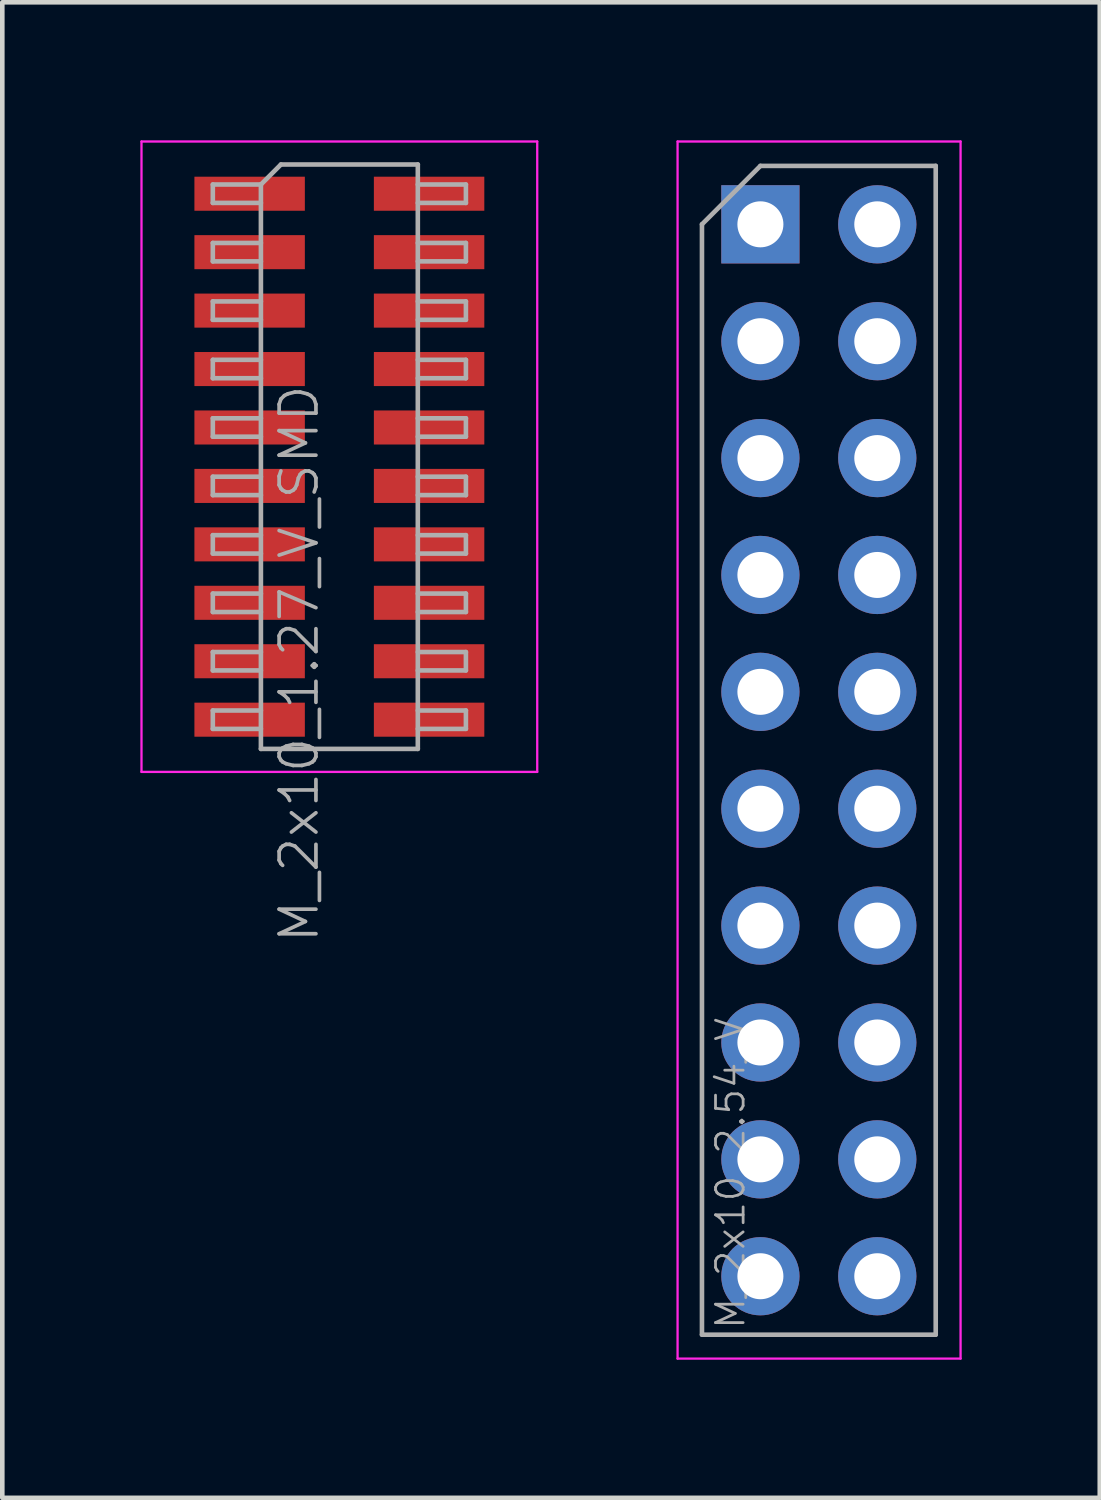
<source format=kicad_pcb>
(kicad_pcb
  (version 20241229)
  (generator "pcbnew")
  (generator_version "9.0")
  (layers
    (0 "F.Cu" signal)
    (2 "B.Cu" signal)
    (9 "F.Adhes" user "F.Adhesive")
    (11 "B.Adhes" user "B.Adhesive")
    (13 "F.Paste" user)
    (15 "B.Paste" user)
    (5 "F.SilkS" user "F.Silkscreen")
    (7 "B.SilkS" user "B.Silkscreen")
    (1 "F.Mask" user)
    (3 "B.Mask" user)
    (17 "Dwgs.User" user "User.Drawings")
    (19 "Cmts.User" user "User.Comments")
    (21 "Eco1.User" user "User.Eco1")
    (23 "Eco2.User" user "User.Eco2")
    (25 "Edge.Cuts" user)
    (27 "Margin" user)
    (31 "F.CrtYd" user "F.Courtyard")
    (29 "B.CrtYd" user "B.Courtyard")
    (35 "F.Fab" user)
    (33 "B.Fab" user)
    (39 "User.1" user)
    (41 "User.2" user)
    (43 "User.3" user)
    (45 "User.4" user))
  (footprint "M_2x10_1.27_V_SMD"
    (layer "F.Cu")
    (at 4.325 6.875)
    (property "Reference" "M_2x10_1.27_V_SMD" (at -0.875 4.5 90) (unlocked yes) (layer "F.Fab") (effects (font (size 0.8 0.8) (thickness 0.08))))
    (attr smd)
    (fp_line (start -4.3 -6.85) (end -4.3 6.85) (stroke (width 0.05) (type solid)) (layer "F.CrtYd"))
    (fp_line (start -4.3 6.85) (end 4.3 6.85) (stroke (width 0.05) (type solid)) (layer "F.CrtYd"))
    (fp_line (start 4.3 -6.85) (end -4.3 -6.85) (stroke (width 0.05) (type solid)) (layer "F.CrtYd"))
    (fp_line (start 4.3 6.85) (end 4.3 -6.85) (stroke (width 0.05) (type solid)) (layer "F.CrtYd"))
    (fp_line (start -2.75 -5.915) (end -2.75 -5.515) (stroke (width 0.1) (type solid)) (layer "F.Fab"))
    (fp_line (start -2.75 -5.515) (end -1.705 -5.515) (stroke (width 0.1) (type solid)) (layer "F.Fab"))
    (fp_line (start -2.75 -4.645) (end -2.75 -4.245) (stroke (width 0.1) (type solid)) (layer "F.Fab"))
    (fp_line (start -2.75 -4.245) (end -1.705 -4.245) (stroke (width 0.1) (type solid)) (layer "F.Fab"))
    (fp_line (start -2.75 -3.375) (end -2.75 -2.975) (stroke (width 0.1) (type solid)) (layer "F.Fab"))
    (fp_line (start -2.75 -2.975) (end -1.705 -2.975) (stroke (width 0.1) (type solid)) (layer "F.Fab"))
    (fp_line (start -2.75 -2.105) (end -2.75 -1.705) (stroke (width 0.1) (type solid)) (layer "F.Fab"))
    (fp_line (start -2.75 -1.705) (end -1.705 -1.705) (stroke (width 0.1) (type solid)) (layer "F.Fab"))
    (fp_line (start -2.75 -0.835) (end -2.75 -0.435) (stroke (width 0.1) (type solid)) (layer "F.Fab"))
    (fp_line (start -2.75 -0.435) (end -1.705 -0.435) (stroke (width 0.1) (type solid)) (layer "F.Fab"))
    (fp_line (start -2.75 0.435) (end -2.75 0.835) (stroke (width 0.1) (type solid)) (layer "F.Fab"))
    (fp_line (start -2.75 0.835) (end -1.705 0.835) (stroke (width 0.1) (type solid)) (layer "F.Fab"))
    (fp_line (start -2.75 1.705) (end -2.75 2.105) (stroke (width 0.1) (type solid)) (layer "F.Fab"))
    (fp_line (start -2.75 2.105) (end -1.705 2.105) (stroke (width 0.1) (type solid)) (layer "F.Fab"))
    (fp_line (start -2.75 2.975) (end -2.75 3.375) (stroke (width 0.1) (type solid)) (layer "F.Fab"))
    (fp_line (start -2.75 3.375) (end -1.705 3.375) (stroke (width 0.1) (type solid)) (layer "F.Fab"))
    (fp_line (start -2.75 4.245) (end -2.75 4.645) (stroke (width 0.1) (type solid)) (layer "F.Fab"))
    (fp_line (start -2.75 4.645) (end -1.705 4.645) (stroke (width 0.1) (type solid)) (layer "F.Fab"))
    (fp_line (start -2.75 5.515) (end -2.75 5.915) (stroke (width 0.1) (type solid)) (layer "F.Fab"))
    (fp_line (start -2.75 5.915) (end -1.705 5.915) (stroke (width 0.1) (type solid)) (layer "F.Fab"))
    (fp_line (start -1.705 -5.915) (end -2.75 -5.915) (stroke (width 0.1) (type solid)) (layer "F.Fab"))
    (fp_line (start -1.705 -5.915) (end -1.27 -6.35) (stroke (width 0.1) (type solid)) (layer "F.Fab"))
    (fp_line (start -1.705 -4.645) (end -2.75 -4.645) (stroke (width 0.1) (type solid)) (layer "F.Fab"))
    (fp_line (start -1.705 -3.375) (end -2.75 -3.375) (stroke (width 0.1) (type solid)) (layer "F.Fab"))
    (fp_line (start -1.705 -2.105) (end -2.75 -2.105) (stroke (width 0.1) (type solid)) (layer "F.Fab"))
    (fp_line (start -1.705 -0.835) (end -2.75 -0.835) (stroke (width 0.1) (type solid)) (layer "F.Fab"))
    (fp_line (start -1.705 0.435) (end -2.75 0.435) (stroke (width 0.1) (type solid)) (layer "F.Fab"))
    (fp_line (start -1.705 1.705) (end -2.75 1.705) (stroke (width 0.1) (type solid)) (layer "F.Fab"))
    (fp_line (start -1.705 2.975) (end -2.75 2.975) (stroke (width 0.1) (type solid)) (layer "F.Fab"))
    (fp_line (start -1.705 4.245) (end -2.75 4.245) (stroke (width 0.1) (type solid)) (layer "F.Fab"))
    (fp_line (start -1.705 5.515) (end -2.75 5.515) (stroke (width 0.1) (type solid)) (layer "F.Fab"))
    (fp_line (start -1.705 6.35) (end -1.705 -5.915) (stroke (width 0.1) (type solid)) (layer "F.Fab"))
    (fp_line (start -1.27 -6.35) (end 1.705 -6.35) (stroke (width 0.1) (type solid)) (layer "F.Fab"))
    (fp_line (start 1.705 -6.35) (end 1.705 6.35) (stroke (width 0.1) (type solid)) (layer "F.Fab"))
    (fp_line (start 1.705 -5.915) (end 2.75 -5.915) (stroke (width 0.1) (type solid)) (layer "F.Fab"))
    (fp_line (start 1.705 -4.645) (end 2.75 -4.645) (stroke (width 0.1) (type solid)) (layer "F.Fab"))
    (fp_line (start 1.705 -3.375) (end 2.75 -3.375) (stroke (width 0.1) (type solid)) (layer "F.Fab"))
    (fp_line (start 1.705 -2.105) (end 2.75 -2.105) (stroke (width 0.1) (type solid)) (layer "F.Fab"))
    (fp_line (start 1.705 -0.835) (end 2.75 -0.835) (stroke (width 0.1) (type solid)) (layer "F.Fab"))
    (fp_line (start 1.705 0.435) (end 2.75 0.435) (stroke (width 0.1) (type solid)) (layer "F.Fab"))
    (fp_line (start 1.705 1.705) (end 2.75 1.705) (stroke (width 0.1) (type solid)) (layer "F.Fab"))
    (fp_line (start 1.705 2.975) (end 2.75 2.975) (stroke (width 0.1) (type solid)) (layer "F.Fab"))
    (fp_line (start 1.705 4.245) (end 2.75 4.245) (stroke (width 0.1) (type solid)) (layer "F.Fab"))
    (fp_line (start 1.705 5.515) (end 2.75 5.515) (stroke (width 0.1) (type solid)) (layer "F.Fab"))
    (fp_line (start 1.705 6.35) (end -1.705 6.35) (stroke (width 0.1) (type solid)) (layer "F.Fab"))
    (fp_line (start 2.75 -5.915) (end 2.75 -5.515) (stroke (width 0.1) (type solid)) (layer "F.Fab"))
    (fp_line (start 2.75 -5.515) (end 1.705 -5.515) (stroke (width 0.1) (type solid)) (layer "F.Fab"))
    (fp_line (start 2.75 -4.645) (end 2.75 -4.245) (stroke (width 0.1) (type solid)) (layer "F.Fab"))
    (fp_line (start 2.75 -4.245) (end 1.705 -4.245) (stroke (width 0.1) (type solid)) (layer "F.Fab"))
    (fp_line (start 2.75 -3.375) (end 2.75 -2.975) (stroke (width 0.1) (type solid)) (layer "F.Fab"))
    (fp_line (start 2.75 -2.975) (end 1.705 -2.975) (stroke (width 0.1) (type solid)) (layer "F.Fab"))
    (fp_line (start 2.75 -2.105) (end 2.75 -1.705) (stroke (width 0.1) (type solid)) (layer "F.Fab"))
    (fp_line (start 2.75 -1.705) (end 1.705 -1.705) (stroke (width 0.1) (type solid)) (layer "F.Fab"))
    (fp_line (start 2.75 -0.835) (end 2.75 -0.435) (stroke (width 0.1) (type solid)) (layer "F.Fab"))
    (fp_line (start 2.75 -0.435) (end 1.705 -0.435) (stroke (width 0.1) (type solid)) (layer "F.Fab"))
    (fp_line (start 2.75 0.435) (end 2.75 0.835) (stroke (width 0.1) (type solid)) (layer "F.Fab"))
    (fp_line (start 2.75 0.835) (end 1.705 0.835) (stroke (width 0.1) (type solid)) (layer "F.Fab"))
    (fp_line (start 2.75 1.705) (end 2.75 2.105) (stroke (width 0.1) (type solid)) (layer "F.Fab"))
    (fp_line (start 2.75 2.105) (end 1.705 2.105) (stroke (width 0.1) (type solid)) (layer "F.Fab"))
    (fp_line (start 2.75 2.975) (end 2.75 3.375) (stroke (width 0.1) (type solid)) (layer "F.Fab"))
    (fp_line (start 2.75 3.375) (end 1.705 3.375) (stroke (width 0.1) (type solid)) (layer "F.Fab"))
    (fp_line (start 2.75 4.245) (end 2.75 4.645) (stroke (width 0.1) (type solid)) (layer "F.Fab"))
    (fp_line (start 2.75 4.645) (end 1.705 4.645) (stroke (width 0.1) (type solid)) (layer "F.Fab"))
    (fp_line (start 2.75 5.515) (end 2.75 5.915) (stroke (width 0.1) (type solid)) (layer "F.Fab"))
    (fp_line (start 2.75 5.915) (end 1.705 5.915) (stroke (width 0.1) (type solid)) (layer "F.Fab"))
    (pad "1" smd rect (at -1.95 -5.715) (size 2.4 0.74) (layers "F.Cu" "F.Mask" "F.Paste"))
    (pad "2" smd rect (at 1.95 -5.715) (size 2.4 0.74) (layers "F.Cu" "F.Mask" "F.Paste"))
    (pad "3" smd rect (at -1.95 -4.445) (size 2.4 0.74) (layers "F.Cu" "F.Mask" "F.Paste"))
    (pad "4" smd rect (at 1.95 -4.445) (size 2.4 0.74) (layers "F.Cu" "F.Mask" "F.Paste"))
    (pad "5" smd rect (at -1.95 -3.175) (size 2.4 0.74) (layers "F.Cu" "F.Mask" "F.Paste"))
    (pad "6" smd rect (at 1.95 -3.175) (size 2.4 0.74) (layers "F.Cu" "F.Mask" "F.Paste"))
    (pad "7" smd rect (at -1.95 -1.905) (size 2.4 0.74) (layers "F.Cu" "F.Mask" "F.Paste"))
    (pad "8" smd rect (at 1.95 -1.905) (size 2.4 0.74) (layers "F.Cu" "F.Mask" "F.Paste"))
    (pad "9" smd rect (at -1.95 -0.635) (size 2.4 0.74) (layers "F.Cu" "F.Mask" "F.Paste"))
    (pad "10" smd rect (at 1.95 -0.635) (size 2.4 0.74) (layers "F.Cu" "F.Mask" "F.Paste"))
    (pad "11" smd rect (at -1.95 0.635) (size 2.4 0.74) (layers "F.Cu" "F.Mask" "F.Paste"))
    (pad "12" smd rect (at 1.95 0.635) (size 2.4 0.74) (layers "F.Cu" "F.Mask" "F.Paste"))
    (pad "13" smd rect (at -1.95 1.905) (size 2.4 0.74) (layers "F.Cu" "F.Mask" "F.Paste"))
    (pad "14" smd rect (at 1.95 1.905) (size 2.4 0.74) (layers "F.Cu" "F.Mask" "F.Paste"))
    (pad "15" smd rect (at -1.95 3.175) (size 2.4 0.74) (layers "F.Cu" "F.Mask" "F.Paste"))
    (pad "16" smd rect (at 1.95 3.175) (size 2.4 0.74) (layers "F.Cu" "F.Mask" "F.Paste"))
    (pad "17" smd rect (at -1.95 4.445) (size 2.4 0.74) (layers "F.Cu" "F.Mask" "F.Paste"))
    (pad "18" smd rect (at 1.95 4.445) (size 2.4 0.74) (layers "F.Cu" "F.Mask" "F.Paste"))
    (pad "19" smd rect (at -1.95 5.715) (size 2.4 0.74) (layers "F.Cu" "F.Mask" "F.Paste"))
    (pad "20" smd rect (at 1.95 5.715) (size 2.4 0.74) (layers "F.Cu" "F.Mask" "F.Paste")))
  (footprint "M_2x10_2.54_V"
    (layer "F.Cu")
    (at 13.475 1.825)
    (property "Reference" "M_2x10_2.54_V" (at -0.65 24.05 90) (unlocked yes) (layer "F.Fab") (effects (font (size 0.6 0.6) (thickness 0.06)) (justify left)))
    (attr through_hole)
    (fp_line (start -1.8 -1.8) (end -1.8 24.65) (stroke (width 0.05) (type solid)) (layer "F.CrtYd"))
    (fp_line (start -1.8 24.65) (end 4.35 24.65) (stroke (width 0.05) (type solid)) (layer "F.CrtYd"))
    (fp_line (start 4.35 -1.8) (end -1.8 -1.8) (stroke (width 0.05) (type solid)) (layer "F.CrtYd"))
    (fp_line (start 4.35 24.65) (end 4.35 -1.8) (stroke (width 0.05) (type solid)) (layer "F.CrtYd"))
    (fp_line (start -1.27 0) (end 0 -1.27) (stroke (width 0.1) (type solid)) (layer "F.Fab"))
    (fp_line (start -1.27 24.13) (end -1.27 0) (stroke (width 0.1) (type solid)) (layer "F.Fab"))
    (fp_line (start 0 -1.27) (end 3.81 -1.27) (stroke (width 0.1) (type solid)) (layer "F.Fab"))
    (fp_line (start 3.81 -1.27) (end 3.81 24.13) (stroke (width 0.1) (type solid)) (layer "F.Fab"))
    (fp_line (start 3.81 24.13) (end -1.27 24.13) (stroke (width 0.1) (type solid)) (layer "F.Fab"))
    (pad "1" thru_hole rect (at 0 0) (size 1.7 1.7) (drill 1) (layers "*.Cu" "*.Mask"))
    (pad "2" thru_hole oval (at 2.54 0) (size 1.7 1.7) (drill 1) (layers "*.Cu" "*.Mask"))
    (pad "3" thru_hole oval (at 0 2.54) (size 1.7 1.7) (drill 1) (layers "*.Cu" "*.Mask"))
    (pad "4" thru_hole oval (at 2.54 2.54) (size 1.7 1.7) (drill 1) (layers "*.Cu" "*.Mask"))
    (pad "5" thru_hole oval (at 0 5.08) (size 1.7 1.7) (drill 1) (layers "*.Cu" "*.Mask"))
    (pad "6" thru_hole oval (at 2.54 5.08) (size 1.7 1.7) (drill 1) (layers "*.Cu" "*.Mask"))
    (pad "7" thru_hole oval (at 0 7.62) (size 1.7 1.7) (drill 1) (layers "*.Cu" "*.Mask"))
    (pad "8" thru_hole oval (at 2.54 7.62) (size 1.7 1.7) (drill 1) (layers "*.Cu" "*.Mask"))
    (pad "9" thru_hole oval (at 0 10.16) (size 1.7 1.7) (drill 1) (layers "*.Cu" "*.Mask"))
    (pad "10" thru_hole oval (at 2.54 10.16) (size 1.7 1.7) (drill 1) (layers "*.Cu" "*.Mask"))
    (pad "11" thru_hole oval (at 0 12.7) (size 1.7 1.7) (drill 1) (layers "*.Cu" "*.Mask"))
    (pad "12" thru_hole oval (at 2.54 12.7) (size 1.7 1.7) (drill 1) (layers "*.Cu" "*.Mask"))
    (pad "13" thru_hole oval (at 0 15.24) (size 1.7 1.7) (drill 1) (layers "*.Cu" "*.Mask"))
    (pad "14" thru_hole oval (at 2.54 15.24) (size 1.7 1.7) (drill 1) (layers "*.Cu" "*.Mask"))
    (pad "15" thru_hole oval (at 0 17.78) (size 1.7 1.7) (drill 1) (layers "*.Cu" "*.Mask"))
    (pad "16" thru_hole oval (at 2.54 17.78) (size 1.7 1.7) (drill 1) (layers "*.Cu" "*.Mask"))
    (pad "17" thru_hole oval (at 0 20.32) (size 1.7 1.7) (drill 1) (layers "*.Cu" "*.Mask"))
    (pad "18" thru_hole oval (at 2.54 20.32) (size 1.7 1.7) (drill 1) (layers "*.Cu" "*.Mask"))
    (pad "19" thru_hole oval (at 0 22.86) (size 1.7 1.7) (drill 1) (layers "*.Cu" "*.Mask"))
    (pad "20" thru_hole oval (at 2.54 22.86) (size 1.7 1.7) (drill 1) (layers "*.Cu" "*.Mask")))
  (gr_rect
    (start -3 -3)
    (end 20.85 29.5)
    (stroke (width 0.1) (type default))
    (fill no)
    (layer "Edge.Cuts")))
</source>
